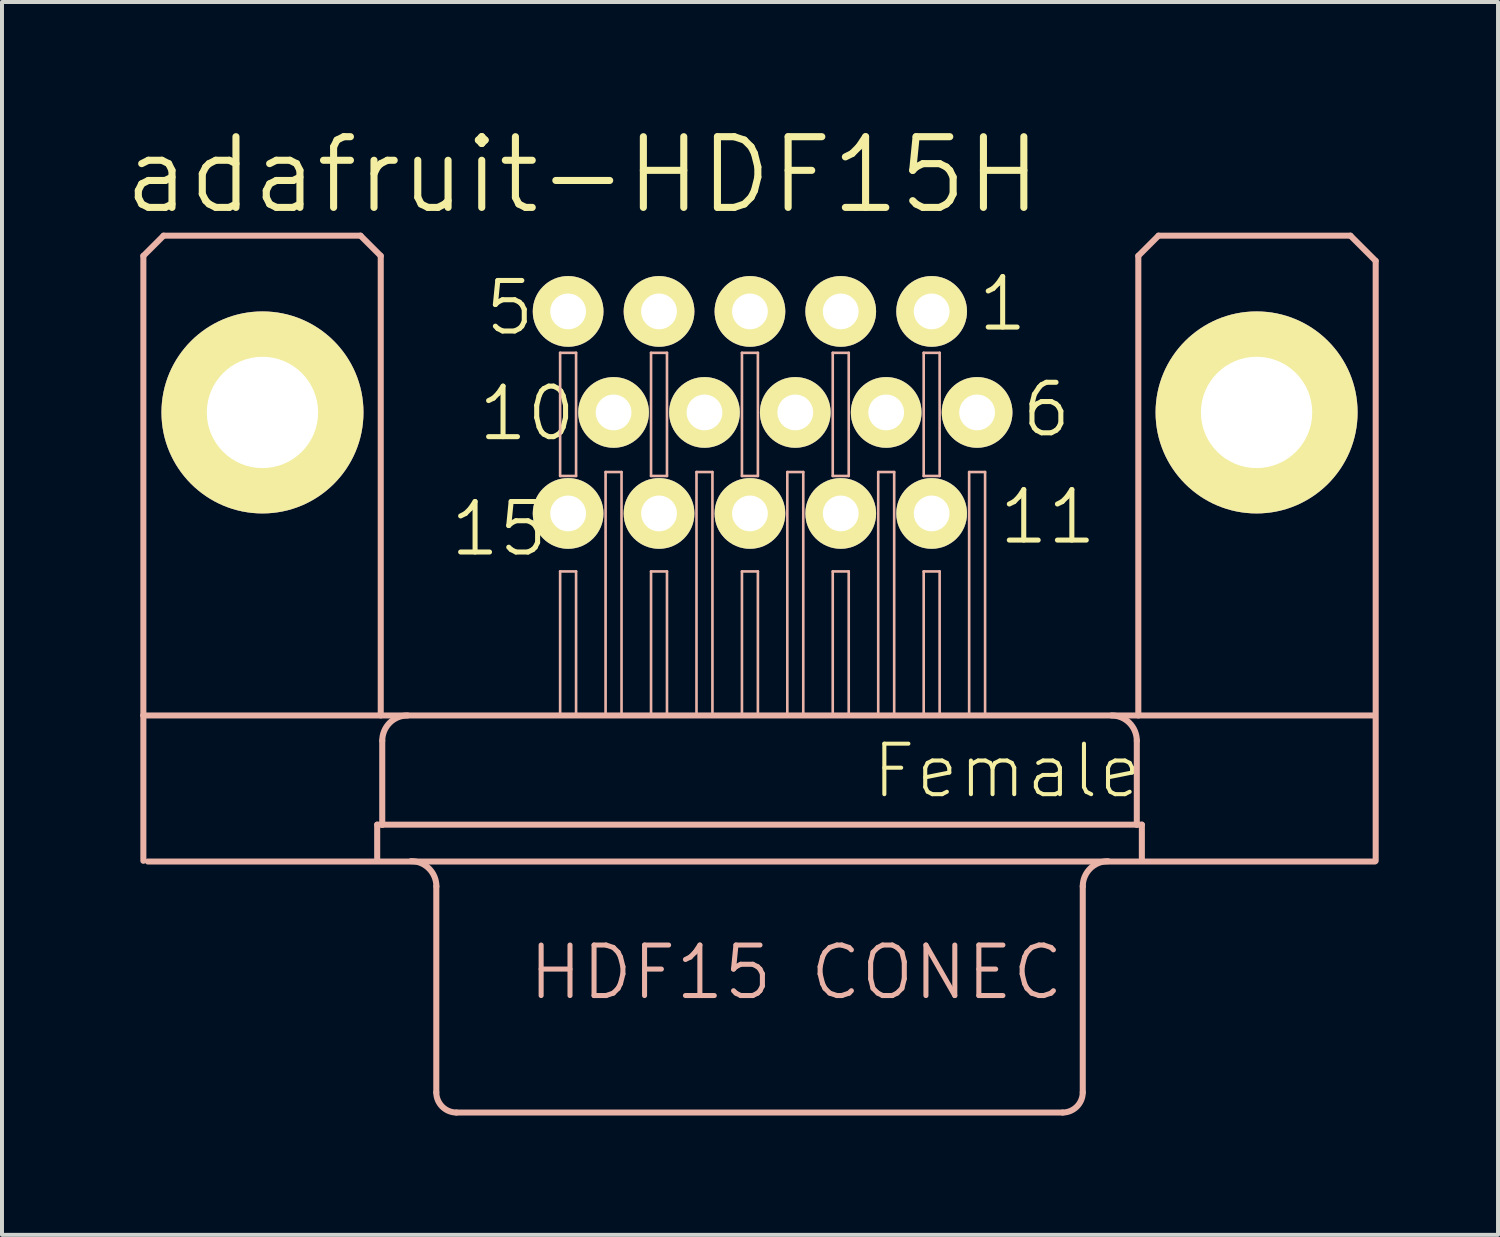
<source format=kicad_pcb>
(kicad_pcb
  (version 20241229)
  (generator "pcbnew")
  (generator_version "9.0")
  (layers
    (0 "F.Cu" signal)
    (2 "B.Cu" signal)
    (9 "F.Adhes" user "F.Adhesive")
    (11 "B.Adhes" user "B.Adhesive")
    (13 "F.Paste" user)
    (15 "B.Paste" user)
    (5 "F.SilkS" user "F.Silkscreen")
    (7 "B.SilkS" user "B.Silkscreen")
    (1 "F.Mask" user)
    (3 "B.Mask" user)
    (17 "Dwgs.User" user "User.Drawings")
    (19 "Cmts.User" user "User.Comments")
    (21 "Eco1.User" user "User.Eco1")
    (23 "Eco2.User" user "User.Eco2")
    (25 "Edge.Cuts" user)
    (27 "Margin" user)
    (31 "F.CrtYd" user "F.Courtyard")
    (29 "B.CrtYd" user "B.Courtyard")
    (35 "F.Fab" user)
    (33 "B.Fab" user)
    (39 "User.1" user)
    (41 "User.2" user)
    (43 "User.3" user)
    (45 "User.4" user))
  (footprint "adafruit-HDF15H"
    (layer "F.Cu")
    (at 16.049 7.321)
    (property "Reference" "adafruit-HDF15H" (at -4.445 -5.969 0) (layer "F.SilkS") (effects (font (size 1.778 1.778) (thickness 0.178))))
    (attr exclude_from_pos_files exclude_from_bom)
    (fp_circle (center -12.499 0) (end -13.833 1.333) (stroke (width 0) (type solid)) (fill yes) (layer "F.SilkS"))
    (fp_circle (center -12.499 0) (end -13.833 1.333) (stroke (width 0) (type solid)) (fill yes) (layer "F.SilkS"))
    (fp_circle (center 12.499 0) (end 13.833 1.333) (stroke (width 0) (type solid)) (fill yes) (layer "F.SilkS"))
    (fp_circle (center 12.499 0) (end 13.833 1.333) (stroke (width 0) (type solid)) (fill yes) (layer "F.SilkS"))
    (fp_line (start -15.494 -3.937) (end -15.494 7.62) (stroke (width 0.152) (type solid)) (layer "B.SilkS"))
    (fp_line (start -15.494 11.275) (end -15.494 7.62) (stroke (width 0.152) (type solid)) (layer "B.SilkS"))
    (fp_line (start -14.986 -4.445) (end -15.494 -3.937) (stroke (width 0.152) (type solid)) (layer "B.SilkS"))
    (fp_line (start -10.033 -4.445) (end -14.986 -4.445) (stroke (width 0.152) (type solid)) (layer "B.SilkS"))
    (fp_line (start -9.614 10.366) (end -9.614 11.275) (stroke (width 0.152) (type solid)) (layer "B.SilkS"))
    (fp_line (start -9.525 -3.937) (end -10.033 -4.445) (stroke (width 0.152) (type solid)) (layer "B.SilkS"))
    (fp_line (start -9.525 -3.937) (end -9.525 7.62) (stroke (width 0.152) (type solid)) (layer "B.SilkS"))
    (fp_line (start -9.487 8.255) (end -9.487 10.366) (stroke (width 0.152) (type solid)) (layer "B.SilkS"))
    (fp_line (start -9.487 10.366) (end -9.614 10.366) (stroke (width 0.152) (type solid)) (layer "B.SilkS"))
    (fp_line (start -8.128 11.918) (end -8.128 17.097) (stroke (width 0.152) (type solid)) (layer "B.SilkS"))
    (fp_line (start -5.014 -1.499) (end -4.613 -1.499) (stroke (width 0.066) (type solid)) (layer "B.SilkS"))
    (fp_line (start -5.014 1.598) (end -5.014 -1.499) (stroke (width 0.066) (type solid)) (layer "B.SilkS"))
    (fp_line (start -5.014 1.598) (end -4.613 1.598) (stroke (width 0.066) (type solid)) (layer "B.SilkS"))
    (fp_line (start -5.014 3.998) (end -4.613 3.998) (stroke (width 0.066) (type solid)) (layer "B.SilkS"))
    (fp_line (start -5.014 7.6) (end -5.014 3.998) (stroke (width 0.066) (type solid)) (layer "B.SilkS"))
    (fp_line (start -5.014 7.6) (end -4.613 7.6) (stroke (width 0.066) (type solid)) (layer "B.SilkS"))
    (fp_line (start -4.613 1.598) (end -4.613 -1.499) (stroke (width 0.066) (type solid)) (layer "B.SilkS"))
    (fp_line (start -4.613 7.6) (end -4.613 3.998) (stroke (width 0.066) (type solid)) (layer "B.SilkS"))
    (fp_line (start -3.871 1.499) (end -3.47 1.499) (stroke (width 0.066) (type solid)) (layer "B.SilkS"))
    (fp_line (start -3.871 7.6) (end -3.871 1.499) (stroke (width 0.066) (type solid)) (layer "B.SilkS"))
    (fp_line (start -3.871 7.6) (end -3.47 7.6) (stroke (width 0.066) (type solid)) (layer "B.SilkS"))
    (fp_line (start -3.47 7.6) (end -3.47 1.499) (stroke (width 0.066) (type solid)) (layer "B.SilkS"))
    (fp_line (start -2.728 -1.499) (end -2.327 -1.499) (stroke (width 0.066) (type solid)) (layer "B.SilkS"))
    (fp_line (start -2.728 1.598) (end -2.728 -1.499) (stroke (width 0.066) (type solid)) (layer "B.SilkS"))
    (fp_line (start -2.728 1.598) (end -2.327 1.598) (stroke (width 0.066) (type solid)) (layer "B.SilkS"))
    (fp_line (start -2.728 3.998) (end -2.327 3.998) (stroke (width 0.066) (type solid)) (layer "B.SilkS"))
    (fp_line (start -2.728 7.6) (end -2.728 3.998) (stroke (width 0.066) (type solid)) (layer "B.SilkS"))
    (fp_line (start -2.728 7.6) (end -2.327 7.6) (stroke (width 0.066) (type solid)) (layer "B.SilkS"))
    (fp_line (start -2.327 1.598) (end -2.327 -1.499) (stroke (width 0.066) (type solid)) (layer "B.SilkS"))
    (fp_line (start -2.327 7.6) (end -2.327 3.998) (stroke (width 0.066) (type solid)) (layer "B.SilkS"))
    (fp_line (start -1.585 1.499) (end -1.184 1.499) (stroke (width 0.066) (type solid)) (layer "B.SilkS"))
    (fp_line (start -1.585 7.6) (end -1.585 1.499) (stroke (width 0.066) (type solid)) (layer "B.SilkS"))
    (fp_line (start -1.585 7.6) (end -1.184 7.6) (stroke (width 0.066) (type solid)) (layer "B.SilkS"))
    (fp_line (start -1.184 7.6) (end -1.184 1.499) (stroke (width 0.066) (type solid)) (layer "B.SilkS"))
    (fp_line (start -0.442 -1.499) (end -0.041 -1.499) (stroke (width 0.066) (type solid)) (layer "B.SilkS"))
    (fp_line (start -0.442 1.598) (end -0.442 -1.499) (stroke (width 0.066) (type solid)) (layer "B.SilkS"))
    (fp_line (start -0.442 1.598) (end -0.041 1.598) (stroke (width 0.066) (type solid)) (layer "B.SilkS"))
    (fp_line (start -0.442 3.998) (end -0.041 3.998) (stroke (width 0.066) (type solid)) (layer "B.SilkS"))
    (fp_line (start -0.442 7.6) (end -0.442 3.998) (stroke (width 0.066) (type solid)) (layer "B.SilkS"))
    (fp_line (start -0.442 7.6) (end -0.041 7.6) (stroke (width 0.066) (type solid)) (layer "B.SilkS"))
    (fp_line (start -0.041 1.598) (end -0.041 -1.499) (stroke (width 0.066) (type solid)) (layer "B.SilkS"))
    (fp_line (start -0.041 7.6) (end -0.041 3.998) (stroke (width 0.066) (type solid)) (layer "B.SilkS"))
    (fp_line (start 0.699 1.499) (end 1.1 1.499) (stroke (width 0.066) (type solid)) (layer "B.SilkS"))
    (fp_line (start 0.699 7.6) (end 0.699 1.499) (stroke (width 0.066) (type solid)) (layer "B.SilkS"))
    (fp_line (start 0.699 7.6) (end 1.1 7.6) (stroke (width 0.066) (type solid)) (layer "B.SilkS"))
    (fp_line (start 1.1 7.6) (end 1.1 1.499) (stroke (width 0.066) (type solid)) (layer "B.SilkS"))
    (fp_line (start 1.841 -1.499) (end 2.243 -1.499) (stroke (width 0.066) (type solid)) (layer "B.SilkS"))
    (fp_line (start 1.841 1.598) (end 1.841 -1.499) (stroke (width 0.066) (type solid)) (layer "B.SilkS"))
    (fp_line (start 1.841 1.598) (end 2.243 1.598) (stroke (width 0.066) (type solid)) (layer "B.SilkS"))
    (fp_line (start 1.841 3.998) (end 2.243 3.998) (stroke (width 0.066) (type solid)) (layer "B.SilkS"))
    (fp_line (start 1.841 7.6) (end 1.841 3.998) (stroke (width 0.066) (type solid)) (layer "B.SilkS"))
    (fp_line (start 1.841 7.6) (end 2.243 7.6) (stroke (width 0.066) (type solid)) (layer "B.SilkS"))
    (fp_line (start 2.243 1.598) (end 2.243 -1.499) (stroke (width 0.066) (type solid)) (layer "B.SilkS"))
    (fp_line (start 2.243 7.6) (end 2.243 3.998) (stroke (width 0.066) (type solid)) (layer "B.SilkS"))
    (fp_line (start 2.985 1.499) (end 3.386 1.499) (stroke (width 0.066) (type solid)) (layer "B.SilkS"))
    (fp_line (start 2.985 7.6) (end 2.985 1.499) (stroke (width 0.066) (type solid)) (layer "B.SilkS"))
    (fp_line (start 2.985 7.6) (end 3.386 7.6) (stroke (width 0.066) (type solid)) (layer "B.SilkS"))
    (fp_line (start 3.386 7.6) (end 3.386 1.499) (stroke (width 0.066) (type solid)) (layer "B.SilkS"))
    (fp_line (start 4.128 -1.499) (end 4.529 -1.499) (stroke (width 0.066) (type solid)) (layer "B.SilkS"))
    (fp_line (start 4.128 1.598) (end 4.128 -1.499) (stroke (width 0.066) (type solid)) (layer "B.SilkS"))
    (fp_line (start 4.128 1.598) (end 4.529 1.598) (stroke (width 0.066) (type solid)) (layer "B.SilkS"))
    (fp_line (start 4.128 3.998) (end 4.529 3.998) (stroke (width 0.066) (type solid)) (layer "B.SilkS"))
    (fp_line (start 4.128 7.6) (end 4.128 3.998) (stroke (width 0.066) (type solid)) (layer "B.SilkS"))
    (fp_line (start 4.128 7.6) (end 4.529 7.6) (stroke (width 0.066) (type solid)) (layer "B.SilkS"))
    (fp_line (start 4.529 1.598) (end 4.529 -1.499) (stroke (width 0.066) (type solid)) (layer "B.SilkS"))
    (fp_line (start 4.529 7.6) (end 4.529 3.998) (stroke (width 0.066) (type solid)) (layer "B.SilkS"))
    (fp_line (start 5.271 1.499) (end 5.672 1.499) (stroke (width 0.066) (type solid)) (layer "B.SilkS"))
    (fp_line (start 5.271 7.6) (end 5.271 1.499) (stroke (width 0.066) (type solid)) (layer "B.SilkS"))
    (fp_line (start 5.271 7.6) (end 5.672 7.6) (stroke (width 0.066) (type solid)) (layer "B.SilkS"))
    (fp_line (start 5.672 7.6) (end 5.672 1.499) (stroke (width 0.066) (type solid)) (layer "B.SilkS"))
    (fp_line (start 7.62 17.605) (end -7.62 17.605) (stroke (width 0.152) (type solid)) (layer "B.SilkS"))
    (fp_line (start 8.128 11.918) (end 8.128 17.097) (stroke (width 0.152) (type solid)) (layer "B.SilkS"))
    (fp_line (start 9.487 8.255) (end 9.487 10.366) (stroke (width 0.152) (type solid)) (layer "B.SilkS"))
    (fp_line (start 9.487 10.366) (end -9.487 10.366) (stroke (width 0.152) (type solid)) (layer "B.SilkS"))
    (fp_line (start 9.525 -3.937) (end 9.525 7.62) (stroke (width 0.152) (type solid)) (layer "B.SilkS"))
    (fp_line (start 9.614 10.366) (end 9.487 10.366) (stroke (width 0.152) (type solid)) (layer "B.SilkS"))
    (fp_line (start 9.614 10.366) (end 9.614 11.275) (stroke (width 0.152) (type solid)) (layer "B.SilkS"))
    (fp_line (start 10.033 -4.445) (end 9.525 -3.937) (stroke (width 0.152) (type solid)) (layer "B.SilkS"))
    (fp_line (start 10.033 -4.445) (end 14.859 -4.445) (stroke (width 0.152) (type solid)) (layer "B.SilkS"))
    (fp_line (start 14.859 -4.445) (end 15.494 -3.81) (stroke (width 0.152) (type solid)) (layer "B.SilkS"))
    (fp_line (start 15.474 7.62) (end -15.494 7.62) (stroke (width 0.152) (type solid)) (layer "B.SilkS"))
    (fp_line (start 15.474 11.293) (end -15.38 11.293) (stroke (width 0.152) (type solid)) (layer "B.SilkS"))
    (fp_line (start 15.494 -3.81) (end 15.494 11.275) (stroke (width 0.152) (type solid)) (layer "B.SilkS"))
    (fp_arc (start -9.4869 8.255) (mid -9.300913 7.805987) (end -8.8519 7.62) (stroke (width 0.1524) (type solid)) (layer "B.SilkS"))
    (fp_arc (start -8.76046 11.28268) (mid -8.311447 11.468667) (end -8.12546 11.91768) (stroke (width 0.1524) (type solid)) (layer "B.SilkS"))
    (fp_arc (start -7.62 17.60474) (mid -7.97921 17.45595) (end -8.128 17.09674) (stroke (width 0.1524) (type solid)) (layer "B.SilkS"))
    (fp_arc (start 8.128 11.91768) (mid 8.313243 11.470463) (end 8.76046 11.28522) (stroke (width 0.1524) (type solid)) (layer "B.SilkS"))
    (fp_arc (start 8.128 17.09674) (mid 7.97921 17.45595) (end 7.62 17.60474) (stroke (width 0.1524) (type solid)) (layer "B.SilkS"))
    (fp_arc (start 8.8519 7.62) (mid 9.300913 7.805987) (end 9.4869 8.255) (stroke (width 0.1524) (type solid)) (layer "B.SilkS"))
    (fp_circle (center -12.499 0) (end -13.325 0.826) (stroke (width 0.076) (type solid)) (fill no) (layer "B.SilkS"))
    (fp_circle (center 12.499 0) (end 13.325 0.826) (stroke (width 0.076) (type solid)) (fill no) (layer "B.SilkS"))
    (fp_text user "15" (at -6.548 2.929 0) (layer "F.SilkS") (effects (font (size 1.27 1.27) (thickness 0.127))))
    (fp_text user "10" (at -5.845 0.028 0) (layer "F.SilkS") (effects (font (size 1.27 1.27) (thickness 0.127))))
    (fp_text user "1" (at 6.114 -2.728 0) (layer "F.SilkS") (effects (font (size 1.27 1.27) (thickness 0.127))))
    (fp_text user "6" (at 7.214 -0.069 0) (layer "F.SilkS") (effects (font (size 1.27 1.27) (thickness 0.127))))
    (fp_text user "5" (at -6.279 -2.629 0) (layer "F.SilkS") (effects (font (size 1.27 1.27) (thickness 0.127))))
    (fp_text user "Female" (at 6.223 9.017 0) (layer "F.SilkS") (effects (font (size 1.27 1.27) (thickness 0.102))))
    (fp_text user "11" (at 7.249 2.629 0) (layer "F.SilkS") (effects (font (size 1.27 1.27) (thickness 0.127))))
    (fp_text user "HDF15 CONEC" (at 0.919 14.082 0) (layer "B.SilkS") (effects (font (size 1.27 1.27) (thickness 0.127))))
    (pad "1" thru_hole circle (at 4.328 -2.54) (size 1.778 1.778) (drill 0.899) (layers "*.Cu" "F.Mask" "F.SilkS" "F.Paste"))
    (pad "2" thru_hole circle (at 2.042 -2.54) (size 1.778 1.778) (drill 0.899) (layers "*.Cu" "F.Mask" "F.SilkS" "F.Paste"))
    (pad "3" thru_hole circle (at -0.241 -2.54) (size 1.778 1.778) (drill 0.899) (layers "*.Cu" "F.Mask" "F.SilkS" "F.Paste"))
    (pad "4" thru_hole circle (at -2.527 -2.54) (size 1.778 1.778) (drill 0.899) (layers "*.Cu" "F.Mask" "F.SilkS" "F.Paste"))
    (pad "5" thru_hole circle (at -4.813 -2.54) (size 1.778 1.778) (drill 0.899) (layers "*.Cu" "F.Mask" "F.SilkS" "F.Paste"))
    (pad "6" thru_hole circle (at 5.471 0) (size 1.778 1.778) (drill 0.899) (layers "*.Cu" "F.Mask" "F.SilkS" "F.Paste"))
    (pad "7" thru_hole circle (at 3.185 0) (size 1.778 1.778) (drill 0.899) (layers "*.Cu" "F.Mask" "F.SilkS" "F.Paste"))
    (pad "8" thru_hole circle (at 0.899 0) (size 1.778 1.778) (drill 0.899) (layers "*.Cu" "F.Mask" "F.SilkS" "F.Paste"))
    (pad "9" thru_hole circle (at -1.384 0) (size 1.778 1.778) (drill 0.899) (layers "*.Cu" "F.Mask" "F.SilkS" "F.Paste"))
    (pad "10" thru_hole circle (at -3.67 0) (size 1.778 1.778) (drill 0.899) (layers "*.Cu" "F.Mask" "F.SilkS" "F.Paste"))
    (pad "11" thru_hole circle (at 4.328 2.54) (size 1.778 1.778) (drill 0.899) (layers "*.Cu" "F.Mask" "F.SilkS" "F.Paste"))
    (pad "12" thru_hole circle (at 2.042 2.54) (size 1.778 1.778) (drill 0.899) (layers "*.Cu" "F.Mask" "F.SilkS" "F.Paste"))
    (pad "13" thru_hole circle (at -0.241 2.54) (size 1.778 1.778) (drill 0.899) (layers "*.Cu" "F.Mask" "F.SilkS" "F.Paste"))
    (pad "14" thru_hole circle (at -2.527 2.54) (size 1.778 1.778) (drill 0.899) (layers "*.Cu" "F.Mask" "F.SilkS" "F.Paste"))
    (pad "15" thru_hole circle (at -4.813 2.54) (size 1.778 1.778) (drill 0.899) (layers "*.Cu" "F.Mask" "F.SilkS" "F.Paste"))
    (pad "P$1" thru_hole circle (at -12.499 0) (size 5.08 5.08) (drill 2.799) (layers "*.Cu" "F.Mask" "F.SilkS" "F.Paste"))
    (pad "P$2" thru_hole circle (at 12.499 0) (size 5.08 5.08) (drill 2.799) (layers "*.Cu" "F.Mask" "F.SilkS" "F.Paste")))
  (gr_rect
    (start -3 -3)
    (end 34.619 28.002)
    (stroke (width 0.1) (type default))
    (fill no)
    (layer "Edge.Cuts")))
</source>
